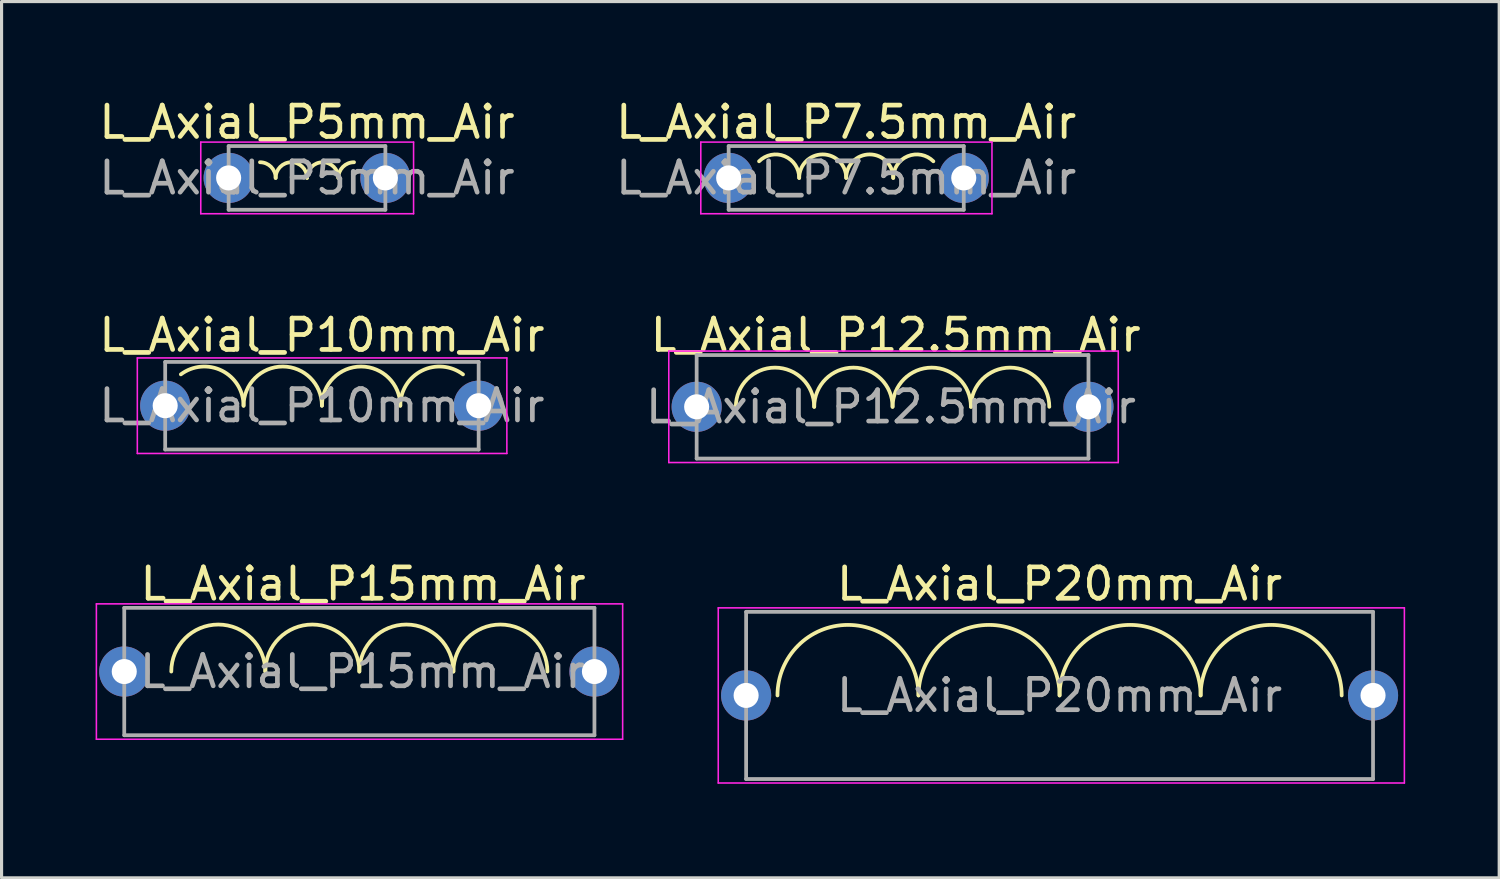
<source format=kicad_pcb>
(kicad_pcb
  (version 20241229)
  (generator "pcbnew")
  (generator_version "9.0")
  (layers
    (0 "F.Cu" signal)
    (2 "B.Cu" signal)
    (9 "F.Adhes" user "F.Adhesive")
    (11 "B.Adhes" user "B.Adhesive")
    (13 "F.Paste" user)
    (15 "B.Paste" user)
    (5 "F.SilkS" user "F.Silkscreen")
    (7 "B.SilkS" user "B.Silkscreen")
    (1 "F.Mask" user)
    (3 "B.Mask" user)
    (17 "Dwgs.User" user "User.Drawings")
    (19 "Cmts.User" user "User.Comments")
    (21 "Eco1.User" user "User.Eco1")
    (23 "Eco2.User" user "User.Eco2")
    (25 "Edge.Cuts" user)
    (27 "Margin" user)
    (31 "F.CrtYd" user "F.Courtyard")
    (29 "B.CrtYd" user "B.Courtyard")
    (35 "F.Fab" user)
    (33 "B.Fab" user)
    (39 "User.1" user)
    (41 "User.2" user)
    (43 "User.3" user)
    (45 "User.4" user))
  (footprint "L_Axial_P15mm_Air"
    (layer "F.Cu")
    (at 0.914 18.374)
    (property "Reference" "L_Axial_P15mm_Air" (at 7.62 -2.794 0) (layer "F.SilkS") (effects (font (size 1 1) (thickness 0.15))))
    (attr through_hole)
    (fp_arc (start 1.5 0) (mid 3 -1.5) (end 4.5 0) (stroke (width 0.12) (type solid)) (layer "F.SilkS"))
    (fp_arc (start 4.5 0) (mid 6 -1.5) (end 7.5 0) (stroke (width 0.12) (type solid)) (layer "F.SilkS"))
    (fp_arc (start 7.5 0) (mid 9 -1.5) (end 10.5 0) (stroke (width 0.12) (type solid)) (layer "F.SilkS"))
    (fp_arc (start 10.5 0) (mid 12 -1.5) (end 13.5 0) (stroke (width 0.12) (type solid)) (layer "F.SilkS"))
    (fp_line (start -0.889 -2.159) (end -0.889 2.159) (stroke (width 0.05) (type solid)) (layer "F.CrtYd"))
    (fp_line (start -0.889 2.159) (end 15.9 2.159) (stroke (width 0.05) (type solid)) (layer "F.CrtYd"))
    (fp_line (start 15.9 -2.159) (end -0.889 -2.159) (stroke (width 0.05) (type solid)) (layer "F.CrtYd"))
    (fp_line (start 15.9 2.159) (end 15.9 -2.159) (stroke (width 0.05) (type solid)) (layer "F.CrtYd"))
    (fp_line (start 0 -2.032) (end 15 -2.032) (stroke (width 0.12) (type solid)) (layer "F.Fab"))
    (fp_line (start 0 0) (end 0 -2.032) (stroke (width 0.12) (type solid)) (layer "F.Fab"))
    (fp_line (start 0 2.032) (end 0 0) (stroke (width 0.12) (type solid)) (layer "F.Fab"))
    (fp_line (start 0 2.032) (end 15 2.032) (stroke (width 0.12) (type solid)) (layer "F.Fab"))
    (fp_line (start 15 -2.032) (end 15 0) (stroke (width 0.12) (type solid)) (layer "F.Fab"))
    (fp_line (start 15 2.032) (end 15 0) (stroke (width 0.12) (type solid)) (layer "F.Fab"))
    (fp_text user "${REFERENCE}" (at 7.6 0 0) (layer "F.Fab") (effects (font (size 1 1) (thickness 0.15))))
    (pad "1" thru_hole circle (at 0 0) (size 1.6 1.6) (drill 0.8) (layers "*.Cu" "*.Mask"))
    (pad "2" thru_hole oval (at 15 0) (size 1.6 1.6) (drill 0.8) (layers "*.Cu" "*.Mask")))
  (footprint "L_Axial_P20mm_Air"
    (layer "F.Cu")
    (at 20.753 19.136)
    (property "Reference" "L_Axial_P20mm_Air" (at 10 -3.556 0) (layer "F.SilkS") (effects (font (size 1 1) (thickness 0.15))))
    (attr through_hole)
    (fp_arc (start 1 0) (mid 3.25 -2.25) (end 5.5 0) (stroke (width 0.12) (type solid)) (layer "F.SilkS"))
    (fp_arc (start 5.5 0) (mid 7.75 -2.25) (end 10 0) (stroke (width 0.12) (type solid)) (layer "F.SilkS"))
    (fp_arc (start 10 0) (mid 12.25 -2.25) (end 14.5 0) (stroke (width 0.12) (type solid)) (layer "F.SilkS"))
    (fp_arc (start 14.5 0) (mid 16.75 -2.25) (end 19 0) (stroke (width 0.12) (type solid)) (layer "F.SilkS"))
    (fp_line (start -0.889 -2.794) (end -0.889 2.794) (stroke (width 0.05) (type solid)) (layer "F.CrtYd"))
    (fp_line (start -0.889 2.794) (end 21 2.794) (stroke (width 0.05) (type solid)) (layer "F.CrtYd"))
    (fp_line (start 21 -2.794) (end -0.889 -2.794) (stroke (width 0.05) (type solid)) (layer "F.CrtYd"))
    (fp_line (start 21 2.794) (end 21 -2.794) (stroke (width 0.05) (type solid)) (layer "F.CrtYd"))
    (fp_line (start 0 -2.667) (end 20 -2.667) (stroke (width 0.12) (type solid)) (layer "F.Fab"))
    (fp_line (start 0 0) (end 0 -2.667) (stroke (width 0.12) (type solid)) (layer "F.Fab"))
    (fp_line (start 0 2.667) (end 0 0) (stroke (width 0.12) (type solid)) (layer "F.Fab"))
    (fp_line (start 0 2.667) (end 20 2.667) (stroke (width 0.12) (type solid)) (layer "F.Fab"))
    (fp_line (start 20 -2.667) (end 20 0) (stroke (width 0.12) (type solid)) (layer "F.Fab"))
    (fp_line (start 20 2.667) (end 20 0) (stroke (width 0.12) (type solid)) (layer "F.Fab"))
    (fp_text user "${REFERENCE}" (at 10 0 0) (layer "F.Fab") (effects (font (size 1 1) (thickness 0.15))))
    (pad "1" thru_hole circle (at 0 0) (size 1.6 1.6) (drill 0.8) (layers "*.Cu" "*.Mask"))
    (pad "2" thru_hole oval (at 20 0) (size 1.6 1.6) (drill 0.8) (layers "*.Cu" "*.Mask")))
  (footprint "L_Axial_P10mm_Air"
    (layer "F.Cu")
    (at 2.22 9.893)
    (property "Reference" "L_Axial_P10mm_Air" (at 5 -2.25 0) (layer "F.SilkS") (effects (font (size 1 1) (thickness 0.15))))
    (attr through_hole)
    (fp_arc (start 0.5 -1) (mid 1.809017 -1.118034) (end 2.5 0) (stroke (width 0.12) (type solid)) (layer "F.SilkS"))
    (fp_arc (start 2.5 0) (mid 3.75 -1.25) (end 5 0) (stroke (width 0.12) (type solid)) (layer "F.SilkS"))
    (fp_arc (start 5 0) (mid 6.25 -1.25) (end 7.5 0) (stroke (width 0.12) (type solid)) (layer "F.SilkS"))
    (fp_arc (start 7.5 0) (mid 8.191277 -1.118181) (end 9.500525 -0.999606) (stroke (width 0.12) (type solid)) (layer "F.SilkS"))
    (fp_line (start -0.889 -1.524) (end -0.889 1.524) (stroke (width 0.05) (type solid)) (layer "F.CrtYd"))
    (fp_line (start -0.889 1.524) (end 10.9 1.524) (stroke (width 0.05) (type solid)) (layer "F.CrtYd"))
    (fp_line (start 10.9 -1.524) (end -0.889 -1.524) (stroke (width 0.05) (type solid)) (layer "F.CrtYd"))
    (fp_line (start 10.9 1.524) (end 10.9 -1.524) (stroke (width 0.05) (type solid)) (layer "F.CrtYd"))
    (fp_line (start 0 -1.397) (end 0 1.397) (stroke (width 0.12) (type solid)) (layer "F.Fab"))
    (fp_line (start 0 1.397) (end 10 1.397) (stroke (width 0.12) (type solid)) (layer "F.Fab"))
    (fp_line (start 10 -1.397) (end 0 -1.397) (stroke (width 0.12) (type solid)) (layer "F.Fab"))
    (fp_line (start 10 1.397) (end 10 -1.397) (stroke (width 0.12) (type solid)) (layer "F.Fab"))
    (fp_text user "${REFERENCE}" (at 5 0 0) (layer "F.Fab") (effects (font (size 1 1) (thickness 0.15))))
    (pad "1" thru_hole circle (at 0 0) (size 1.6 1.6) (drill 0.8) (layers "*.Cu" "*.Mask"))
    (pad "2" thru_hole oval (at 10 0) (size 1.6 1.6) (drill 0.8) (layers "*.Cu" "*.Mask")))
  (footprint "L_Axial_P12.5mm_Air"
    (layer "F.Cu")
    (at 19.175 9.928)
    (property "Reference" "L_Axial_P12.5mm_Air" (at 6.35 -2.286 0) (layer "F.SilkS") (effects (font (size 1 1) (thickness 0.15))))
    (attr through_hole)
    (fp_arc (start 1.25 0) (mid 2.5 -1.25) (end 3.75 0) (stroke (width 0.12) (type solid)) (layer "F.SilkS"))
    (fp_arc (start 3.75 0) (mid 5 -1.25) (end 6.25 0) (stroke (width 0.12) (type solid)) (layer "F.SilkS"))
    (fp_arc (start 6.25 0) (mid 7.5 -1.25) (end 8.75 0) (stroke (width 0.12) (type solid)) (layer "F.SilkS"))
    (fp_arc (start 8.75 0) (mid 10 -1.25) (end 11.25 0) (stroke (width 0.12) (type solid)) (layer "F.SilkS"))
    (fp_line (start -0.889 -1.778) (end -0.889 1.778) (stroke (width 0.05) (type solid)) (layer "F.CrtYd"))
    (fp_line (start -0.889 1.778) (end 13.45 1.778) (stroke (width 0.05) (type solid)) (layer "F.CrtYd"))
    (fp_line (start 13.45 -1.778) (end -0.889 -1.778) (stroke (width 0.05) (type solid)) (layer "F.CrtYd"))
    (fp_line (start 13.45 1.778) (end 13.45 -1.778) (stroke (width 0.05) (type solid)) (layer "F.CrtYd"))
    (fp_line (start 0 -1.651) (end 0 1.651) (stroke (width 0.12) (type solid)) (layer "F.Fab"))
    (fp_line (start 0 1.651) (end 12.5 1.651) (stroke (width 0.12) (type solid)) (layer "F.Fab"))
    (fp_line (start 12.5 -1.651) (end 0 -1.651) (stroke (width 0.12) (type solid)) (layer "F.Fab"))
    (fp_line (start 12.5 1.651) (end 12.5 -1.651) (stroke (width 0.12) (type solid)) (layer "F.Fab"))
    (fp_text user "${REFERENCE}" (at 6.2 0 0) (layer "F.Fab") (effects (font (size 1 1) (thickness 0.15))))
    (pad "1" thru_hole circle (at 0 0) (size 1.6 1.6) (drill 0.8) (layers "*.Cu" "*.Mask"))
    (pad "2" thru_hole oval (at 12.5 0) (size 1.6 1.6) (drill 0.8) (layers "*.Cu" "*.Mask")))
  (footprint "L_Axial_P7.5mm_Air"
    (layer "F.Cu")
    (at 20.196 2.626)
    (property "Reference" "L_Axial_P7.5mm_Air" (at 3.75 -1.778 0) (layer "F.SilkS") (effects (font (size 1 1) (thickness 0.15))))
    (attr through_hole)
    (fp_arc (start 0.96967 -0.53033) (mid 1.787013 -0.69291) (end 2.25 0) (stroke (width 0.12) (type solid)) (layer "F.SilkS"))
    (fp_arc (start 2.25 0) (mid 3 -0.75) (end 3.75 0) (stroke (width 0.12) (type solid)) (layer "F.SilkS"))
    (fp_arc (start 3.75 0) (mid 4.5 -0.75) (end 5.25 0) (stroke (width 0.12) (type solid)) (layer "F.SilkS"))
    (fp_arc (start 5.25 0) (mid 5.712987 -0.69291) (end 6.53033 -0.53033) (stroke (width 0.12) (type solid)) (layer "F.SilkS"))
    (fp_line (start -0.889 -1.143) (end -0.889 1.143) (stroke (width 0.05) (type solid)) (layer "F.CrtYd"))
    (fp_line (start -0.889 1.143) (end 8.4 1.143) (stroke (width 0.05) (type solid)) (layer "F.CrtYd"))
    (fp_line (start 8.4 -1.143) (end -0.889 -1.143) (stroke (width 0.05) (type solid)) (layer "F.CrtYd"))
    (fp_line (start 8.4 1.143) (end 8.4 -1.143) (stroke (width 0.05) (type solid)) (layer "F.CrtYd"))
    (fp_line (start 0 -1.016) (end 0 1.016) (stroke (width 0.12) (type solid)) (layer "F.Fab"))
    (fp_line (start 0 1.016) (end 7.5 1.016) (stroke (width 0.12) (type solid)) (layer "F.Fab"))
    (fp_line (start 7.5 -1.016) (end 0 -1.016) (stroke (width 0.12) (type solid)) (layer "F.Fab"))
    (fp_line (start 7.5 1.016) (end 7.5 -1.016) (stroke (width 0.12) (type solid)) (layer "F.Fab"))
    (fp_text user "${REFERENCE}" (at 3.75 0 0) (layer "F.Fab") (effects (font (size 1 1) (thickness 0.15))))
    (pad "1" thru_hole circle (at 0 0) (size 1.6 1.6) (drill 0.8) (layers "*.Cu" "*.Mask"))
    (pad "2" thru_hole oval (at 7.5 0) (size 1.6 1.6) (drill 0.8) (layers "*.Cu" "*.Mask")))
  (footprint "L_Axial_P5mm_Air"
    (layer "F.Cu")
    (at 4.244 2.626)
    (property "Reference" "L_Axial_P5mm_Air" (at 2.5 -1.778 0) (layer "F.SilkS") (effects (font (size 1 1) (thickness 0.15))))
    (attr through_hole)
    (fp_arc (start 1 -0.5) (mid 1.353553 -0.353553) (end 1.5 0) (stroke (width 0.12) (type solid)) (layer "F.SilkS"))
    (fp_arc (start 1.5 0) (mid 2 -0.5) (end 2.5 0) (stroke (width 0.12) (type solid)) (layer "F.SilkS"))
    (fp_arc (start 2.5 0) (mid 3 -0.5) (end 3.5 0) (stroke (width 0.12) (type solid)) (layer "F.SilkS"))
    (fp_arc (start 3.5 0) (mid 3.646447 -0.353553) (end 4 -0.5) (stroke (width 0.12) (type solid)) (layer "F.SilkS"))
    (fp_line (start -0.889 -1.143) (end -0.889 1.143) (stroke (width 0.05) (type solid)) (layer "F.CrtYd"))
    (fp_line (start -0.889 1.143) (end 5.9 1.143) (stroke (width 0.05) (type solid)) (layer "F.CrtYd"))
    (fp_line (start 5.9 -1.143) (end -0.889 -1.143) (stroke (width 0.05) (type solid)) (layer "F.CrtYd"))
    (fp_line (start 5.9 1.143) (end 5.9 -1.143) (stroke (width 0.05) (type solid)) (layer "F.CrtYd"))
    (fp_line (start 0 -1.016) (end 0 1.016) (stroke (width 0.12) (type solid)) (layer "F.Fab"))
    (fp_line (start 0 1.016) (end 5 1.016) (stroke (width 0.12) (type solid)) (layer "F.Fab"))
    (fp_line (start 5 -1.016) (end 0 -1.016) (stroke (width 0.12) (type solid)) (layer "F.Fab"))
    (fp_line (start 5 1.016) (end 5 -1.016) (stroke (width 0.12) (type solid)) (layer "F.Fab"))
    (fp_text user "${REFERENCE}" (at 2.5 0 0) (layer "F.Fab") (effects (font (size 1 1) (thickness 0.15))))
    (pad "1" thru_hole circle (at 0 0) (size 1.6 1.6) (drill 0.8) (layers "*.Cu" "*.Mask"))
    (pad "2" thru_hole oval (at 5 0) (size 1.6 1.6) (drill 0.8) (layers "*.Cu" "*.Mask")))
  (gr_rect
    (start -3 -3)
    (end 44.778 24.955)
    (stroke (width 0.1) (type default))
    (fill no)
    (layer "Edge.Cuts")))
</source>
